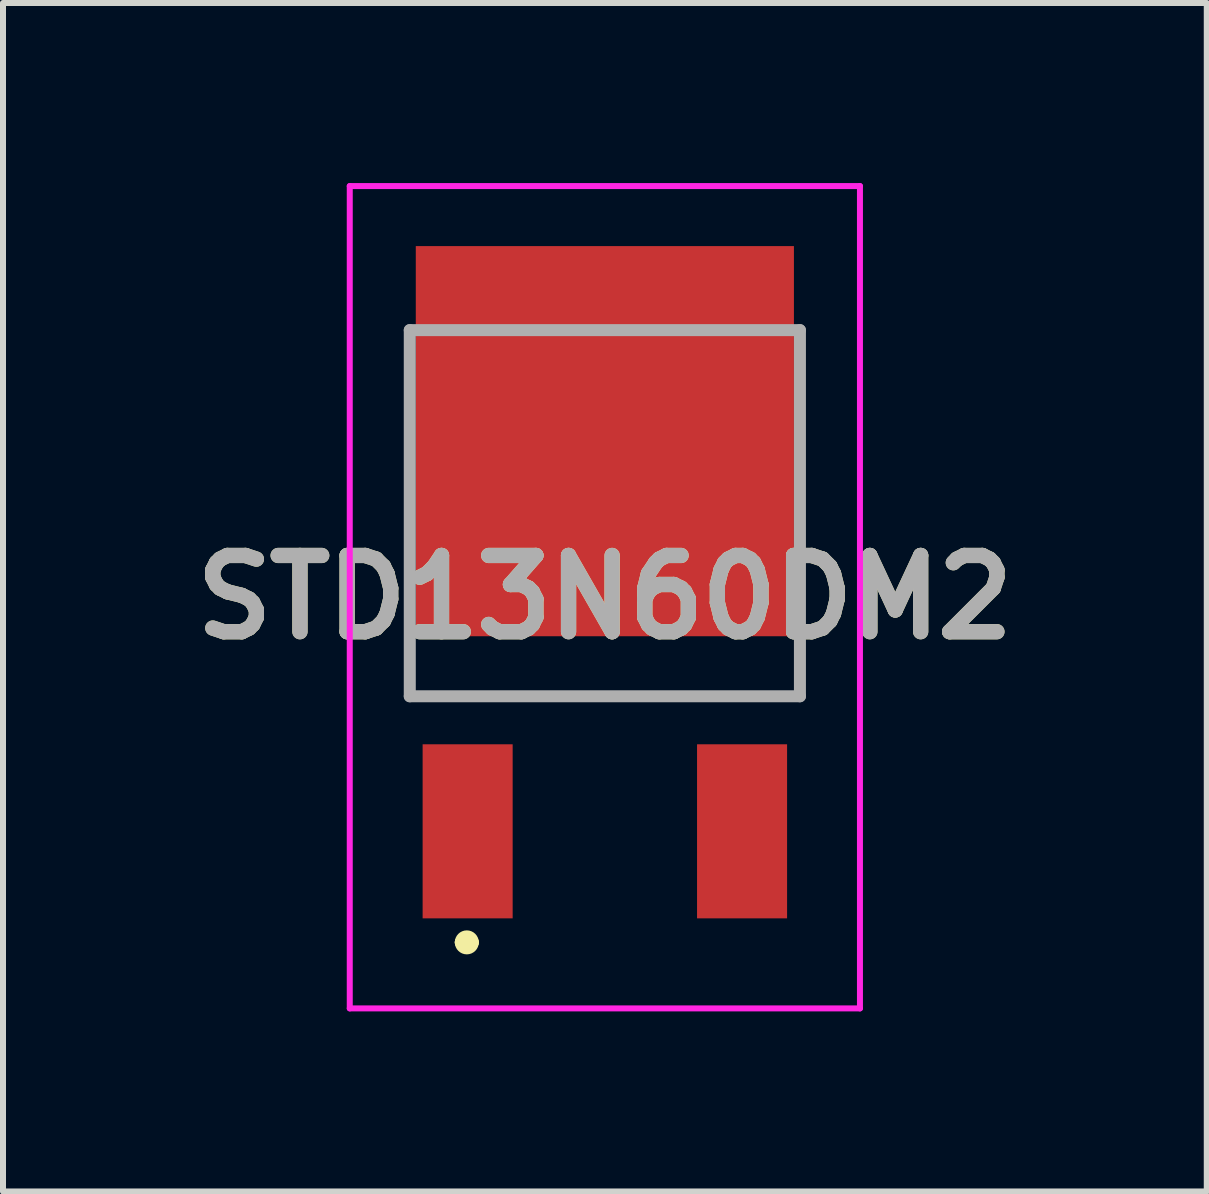
<source format=kicad_pcb>
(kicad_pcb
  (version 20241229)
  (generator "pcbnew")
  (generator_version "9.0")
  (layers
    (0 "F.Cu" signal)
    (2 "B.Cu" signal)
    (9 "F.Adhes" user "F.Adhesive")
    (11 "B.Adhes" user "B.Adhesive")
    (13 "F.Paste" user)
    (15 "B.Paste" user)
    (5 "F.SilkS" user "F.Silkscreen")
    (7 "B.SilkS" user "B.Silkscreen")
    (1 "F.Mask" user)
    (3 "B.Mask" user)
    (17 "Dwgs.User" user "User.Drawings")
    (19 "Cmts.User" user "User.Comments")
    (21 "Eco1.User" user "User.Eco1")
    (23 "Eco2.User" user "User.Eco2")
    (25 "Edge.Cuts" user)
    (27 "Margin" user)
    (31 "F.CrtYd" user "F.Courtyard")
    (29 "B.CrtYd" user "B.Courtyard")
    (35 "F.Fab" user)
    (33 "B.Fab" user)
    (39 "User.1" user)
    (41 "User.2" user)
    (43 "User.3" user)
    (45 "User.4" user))
  (footprint "STD13N60DM2"
    (layer "F.Cu")
    (at 7.027 8.55)
    (property "Reference" "STD13N60DM2" (at 0 -1.65 0) (layer "F.SilkS") (effects (font (size 1.27 1.27) (thickness 0.254))))
    (attr smd)
    (fp_line (start -3.25 -0.5) (end -3.25 0) (stroke (width 0.1) (type solid)) (layer "F.SilkS"))
    (fp_line (start -3.25 0) (end 3.25 0) (stroke (width 0.1) (type solid)) (layer "F.SilkS"))
    (fp_line (start -2.4 4.1) (end -2.4 4.1) (stroke (width 0.2) (type solid)) (layer "F.SilkS"))
    (fp_line (start -2.2 4.1) (end -2.2 4.1) (stroke (width 0.2) (type solid)) (layer "F.SilkS"))
    (fp_line (start 3.25 0) (end 3.25 -0.5) (stroke (width 0.1) (type solid)) (layer "F.SilkS"))
    (fp_arc (start -2.4 4.1) (mid -2.3 4) (end -2.2 4.1) (stroke (width 0.2) (type solid)) (layer "F.SilkS"))
    (fp_arc (start -2.2 4.1) (mid -2.3 4.2) (end -2.4 4.1) (stroke (width 0.2) (type solid)) (layer "F.SilkS"))
    (fp_line (start -4.25 -8.5) (end 4.25 -8.5) (stroke (width 0.1) (type solid)) (layer "F.CrtYd"))
    (fp_line (start -4.25 5.2) (end -4.25 -8.5) (stroke (width 0.1) (type solid)) (layer "F.CrtYd"))
    (fp_line (start 4.25 -8.5) (end 4.25 5.2) (stroke (width 0.1) (type solid)) (layer "F.CrtYd"))
    (fp_line (start 4.25 5.2) (end -4.25 5.2) (stroke (width 0.1) (type solid)) (layer "F.CrtYd"))
    (fp_line (start -3.25 -6.1) (end -3.25 0) (stroke (width 0.2) (type solid)) (layer "F.Fab"))
    (fp_line (start -3.25 0) (end 3.25 0) (stroke (width 0.2) (type solid)) (layer "F.Fab"))
    (fp_line (start 3.25 -6.1) (end -3.25 -6.1) (stroke (width 0.2) (type solid)) (layer "F.Fab"))
    (fp_line (start 3.25 0) (end 3.25 -6.1) (stroke (width 0.2) (type solid)) (layer "F.Fab"))
    (fp_text user "${REFERENCE}" (at 0 -1.65 0) (layer "F.Fab") (effects (font (size 1.27 1.27) (thickness 0.254))))
    (pad "1" smd rect (at -2.286 2.25) (size 1.5 2.9) (layers "F.Cu" "F.Mask" "F.Paste"))
    (pad "2" smd rect (at 0 -4.25) (size 6.3 6.5) (layers "F.Cu" "F.Mask" "F.Paste"))
    (pad "3" smd rect (at 2.286 2.25) (size 1.5 2.9) (layers "F.Cu" "F.Mask" "F.Paste")))
  (gr_rect
    (start -3 -3)
    (end 17.055 16.8)
    (stroke (width 0.1) (type default))
    (fill no)
    (layer "Edge.Cuts")))
</source>
